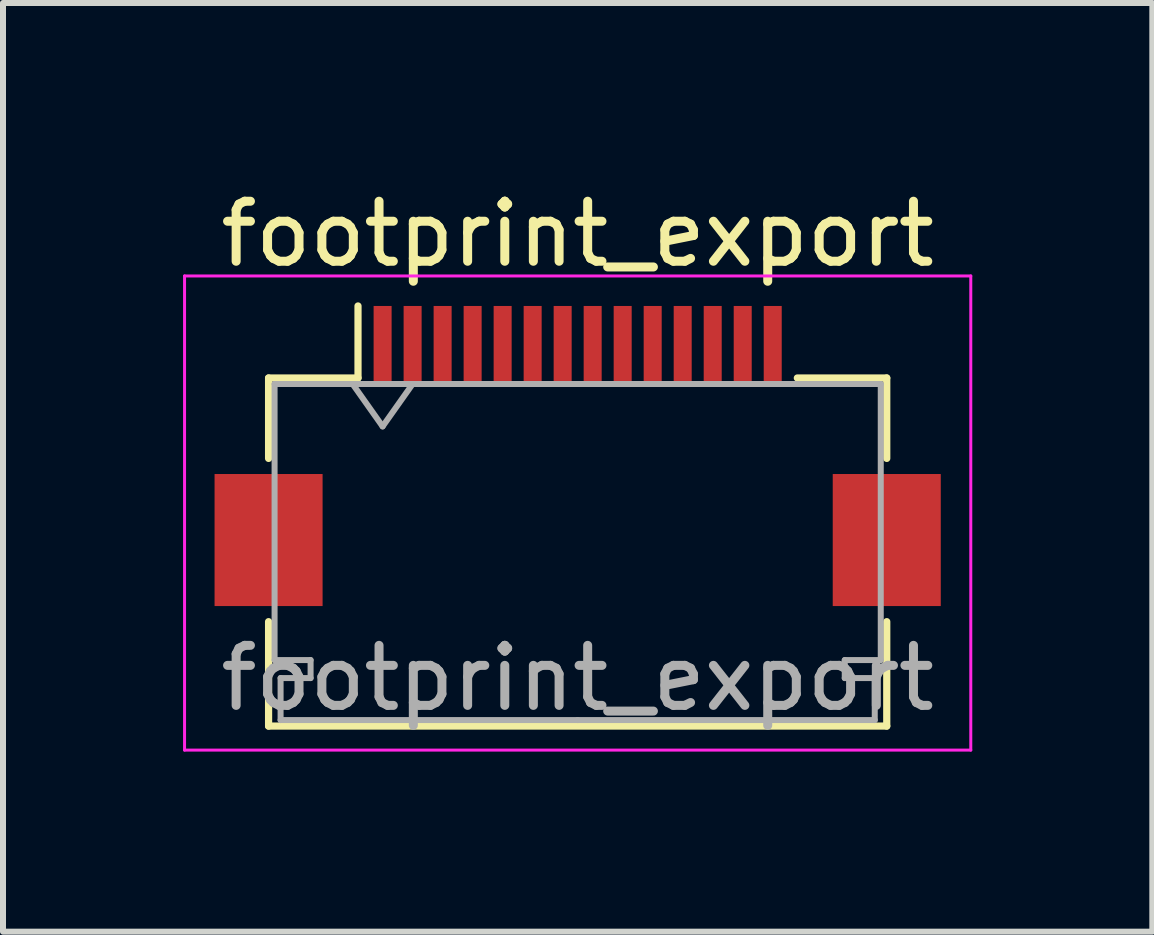
<source format=kicad_pcb>
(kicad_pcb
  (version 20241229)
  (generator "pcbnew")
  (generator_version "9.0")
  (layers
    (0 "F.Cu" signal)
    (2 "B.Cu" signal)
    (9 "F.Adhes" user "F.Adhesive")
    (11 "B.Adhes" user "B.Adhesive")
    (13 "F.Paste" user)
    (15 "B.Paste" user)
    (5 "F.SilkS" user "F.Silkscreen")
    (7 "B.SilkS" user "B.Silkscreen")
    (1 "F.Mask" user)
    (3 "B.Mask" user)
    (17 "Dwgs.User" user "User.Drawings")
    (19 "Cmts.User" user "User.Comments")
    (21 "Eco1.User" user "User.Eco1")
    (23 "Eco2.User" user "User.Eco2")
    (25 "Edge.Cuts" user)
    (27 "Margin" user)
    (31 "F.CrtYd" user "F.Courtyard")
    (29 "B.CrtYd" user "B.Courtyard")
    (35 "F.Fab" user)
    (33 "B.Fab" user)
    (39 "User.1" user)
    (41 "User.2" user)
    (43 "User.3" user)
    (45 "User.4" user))
  (footprint "footprint_export"
    (layer "F.Cu")
    (at 6.575 4.548)
    (property "Reference" "footprint_export" (at 0 -3.7 0) (layer "F.SilkS") (effects (font (size 1 1) (thickness 0.15))))
    (attr smd)
    (fp_line (start -5.15 -1.3) (end -5.15 0.04) (stroke (width 0.12) (type solid)) (layer "F.SilkS"))
    (fp_line (start -5.15 2.76) (end -5.15 4.5) (stroke (width 0.12) (type solid)) (layer "F.SilkS"))
    (fp_line (start -5.15 4.5) (end 5.15 4.5) (stroke (width 0.12) (type solid)) (layer "F.SilkS"))
    (fp_line (start -3.66 -1.3) (end -5.15 -1.3) (stroke (width 0.12) (type solid)) (layer "F.SilkS"))
    (fp_line (start -3.66 -1.3) (end -3.66 -2.5) (stroke (width 0.12) (type solid)) (layer "F.SilkS"))
    (fp_line (start 3.66 -1.3) (end 5.15 -1.3) (stroke (width 0.12) (type solid)) (layer "F.SilkS"))
    (fp_line (start 5.15 -1.3) (end 5.15 0.04) (stroke (width 0.12) (type solid)) (layer "F.SilkS"))
    (fp_line (start 5.15 4.5) (end 5.15 2.76) (stroke (width 0.12) (type solid)) (layer "F.SilkS"))
    (fp_line (start -6.55 -3) (end -6.55 4.9) (stroke (width 0.05) (type solid)) (layer "F.CrtYd"))
    (fp_line (start -6.55 4.9) (end 6.55 4.9) (stroke (width 0.05) (type solid)) (layer "F.CrtYd"))
    (fp_line (start 6.55 -3) (end -6.55 -3) (stroke (width 0.05) (type solid)) (layer "F.CrtYd"))
    (fp_line (start 6.55 4.9) (end 6.55 -3) (stroke (width 0.05) (type solid)) (layer "F.CrtYd"))
    (fp_line (start -5.05 -1.2) (end -5.05 3.4) (stroke (width 0.1) (type solid)) (layer "F.Fab"))
    (fp_line (start -5.05 3.4) (end -4.45 3.4) (stroke (width 0.1) (type solid)) (layer "F.Fab"))
    (fp_line (start -4.95 3.7) (end -4.95 4.4) (stroke (width 0.1) (type solid)) (layer "F.Fab"))
    (fp_line (start -4.95 4.4) (end 0 4.4) (stroke (width 0.1) (type solid)) (layer "F.Fab"))
    (fp_line (start -4.45 3.4) (end -4.45 3.7) (stroke (width 0.1) (type solid)) (layer "F.Fab"))
    (fp_line (start -4.45 3.7) (end -4.95 3.7) (stroke (width 0.1) (type solid)) (layer "F.Fab"))
    (fp_line (start -3.75 -1.2) (end -3.25 -0.493) (stroke (width 0.1) (type solid)) (layer "F.Fab"))
    (fp_line (start -3.25 -0.493) (end -2.75 -1.2) (stroke (width 0.1) (type solid)) (layer "F.Fab"))
    (fp_line (start 0 -1.2) (end -5.05 -1.2) (stroke (width 0.1) (type solid)) (layer "F.Fab"))
    (fp_line (start 0 -1.2) (end 5.05 -1.2) (stroke (width 0.1) (type solid)) (layer "F.Fab"))
    (fp_line (start 4.45 3.4) (end 4.45 3.7) (stroke (width 0.1) (type solid)) (layer "F.Fab"))
    (fp_line (start 4.45 3.7) (end 4.95 3.7) (stroke (width 0.1) (type solid)) (layer "F.Fab"))
    (fp_line (start 4.95 3.7) (end 4.95 4.4) (stroke (width 0.1) (type solid)) (layer "F.Fab"))
    (fp_line (start 4.95 4.4) (end 0 4.4) (stroke (width 0.1) (type solid)) (layer "F.Fab"))
    (fp_line (start 5.05 -1.2) (end 5.05 3.4) (stroke (width 0.1) (type solid)) (layer "F.Fab"))
    (fp_line (start 5.05 3.4) (end 4.45 3.4) (stroke (width 0.1) (type solid)) (layer "F.Fab"))
    (fp_text user "${REFERENCE}" (at 0 3.7 0) (layer "F.Fab") (effects (font (size 1 1) (thickness 0.15))))
    (pad "1" smd rect (at -3.25 -1.85) (size 0.3 1.3) (layers "F.Cu" "F.Mask" "F.Paste"))
    (pad "2" smd rect (at -2.75 -1.85) (size 0.3 1.3) (layers "F.Cu" "F.Mask" "F.Paste"))
    (pad "3" smd rect (at -2.25 -1.85) (size 0.3 1.3) (layers "F.Cu" "F.Mask" "F.Paste"))
    (pad "4" smd rect (at -1.75 -1.85) (size 0.3 1.3) (layers "F.Cu" "F.Mask" "F.Paste"))
    (pad "5" smd rect (at -1.25 -1.85) (size 0.3 1.3) (layers "F.Cu" "F.Mask" "F.Paste"))
    (pad "6" smd rect (at -0.75 -1.85) (size 0.3 1.3) (layers "F.Cu" "F.Mask" "F.Paste"))
    (pad "7" smd rect (at -0.25 -1.85) (size 0.3 1.3) (layers "F.Cu" "F.Mask" "F.Paste"))
    (pad "8" smd rect (at 0.25 -1.85) (size 0.3 1.3) (layers "F.Cu" "F.Mask" "F.Paste"))
    (pad "9" smd rect (at 0.75 -1.85) (size 0.3 1.3) (layers "F.Cu" "F.Mask" "F.Paste"))
    (pad "10" smd rect (at 1.25 -1.85) (size 0.3 1.3) (layers "F.Cu" "F.Mask" "F.Paste"))
    (pad "11" smd rect (at 1.75 -1.85) (size 0.3 1.3) (layers "F.Cu" "F.Mask" "F.Paste"))
    (pad "12" smd rect (at 2.25 -1.85) (size 0.3 1.3) (layers "F.Cu" "F.Mask" "F.Paste"))
    (pad "13" smd rect (at 2.75 -1.85) (size 0.3 1.3) (layers "F.Cu" "F.Mask" "F.Paste"))
    (pad "14" smd rect (at 3.25 -1.85) (size 0.3 1.3) (layers "F.Cu" "F.Mask" "F.Paste"))
    (pad "MP" smd rect (at -5.15 1.4) (size 1.8 2.2) (layers "F.Cu" "F.Mask" "F.Paste"))
    (pad "MP" smd rect (at 5.15 1.4) (size 1.8 2.2) (layers "F.Cu" "F.Mask" "F.Paste")))
  (gr_rect
    (start -3 -3)
    (end 16.15 12.473)
    (stroke (width 0.1) (type default))
    (fill no)
    (layer "Edge.Cuts")))
</source>
